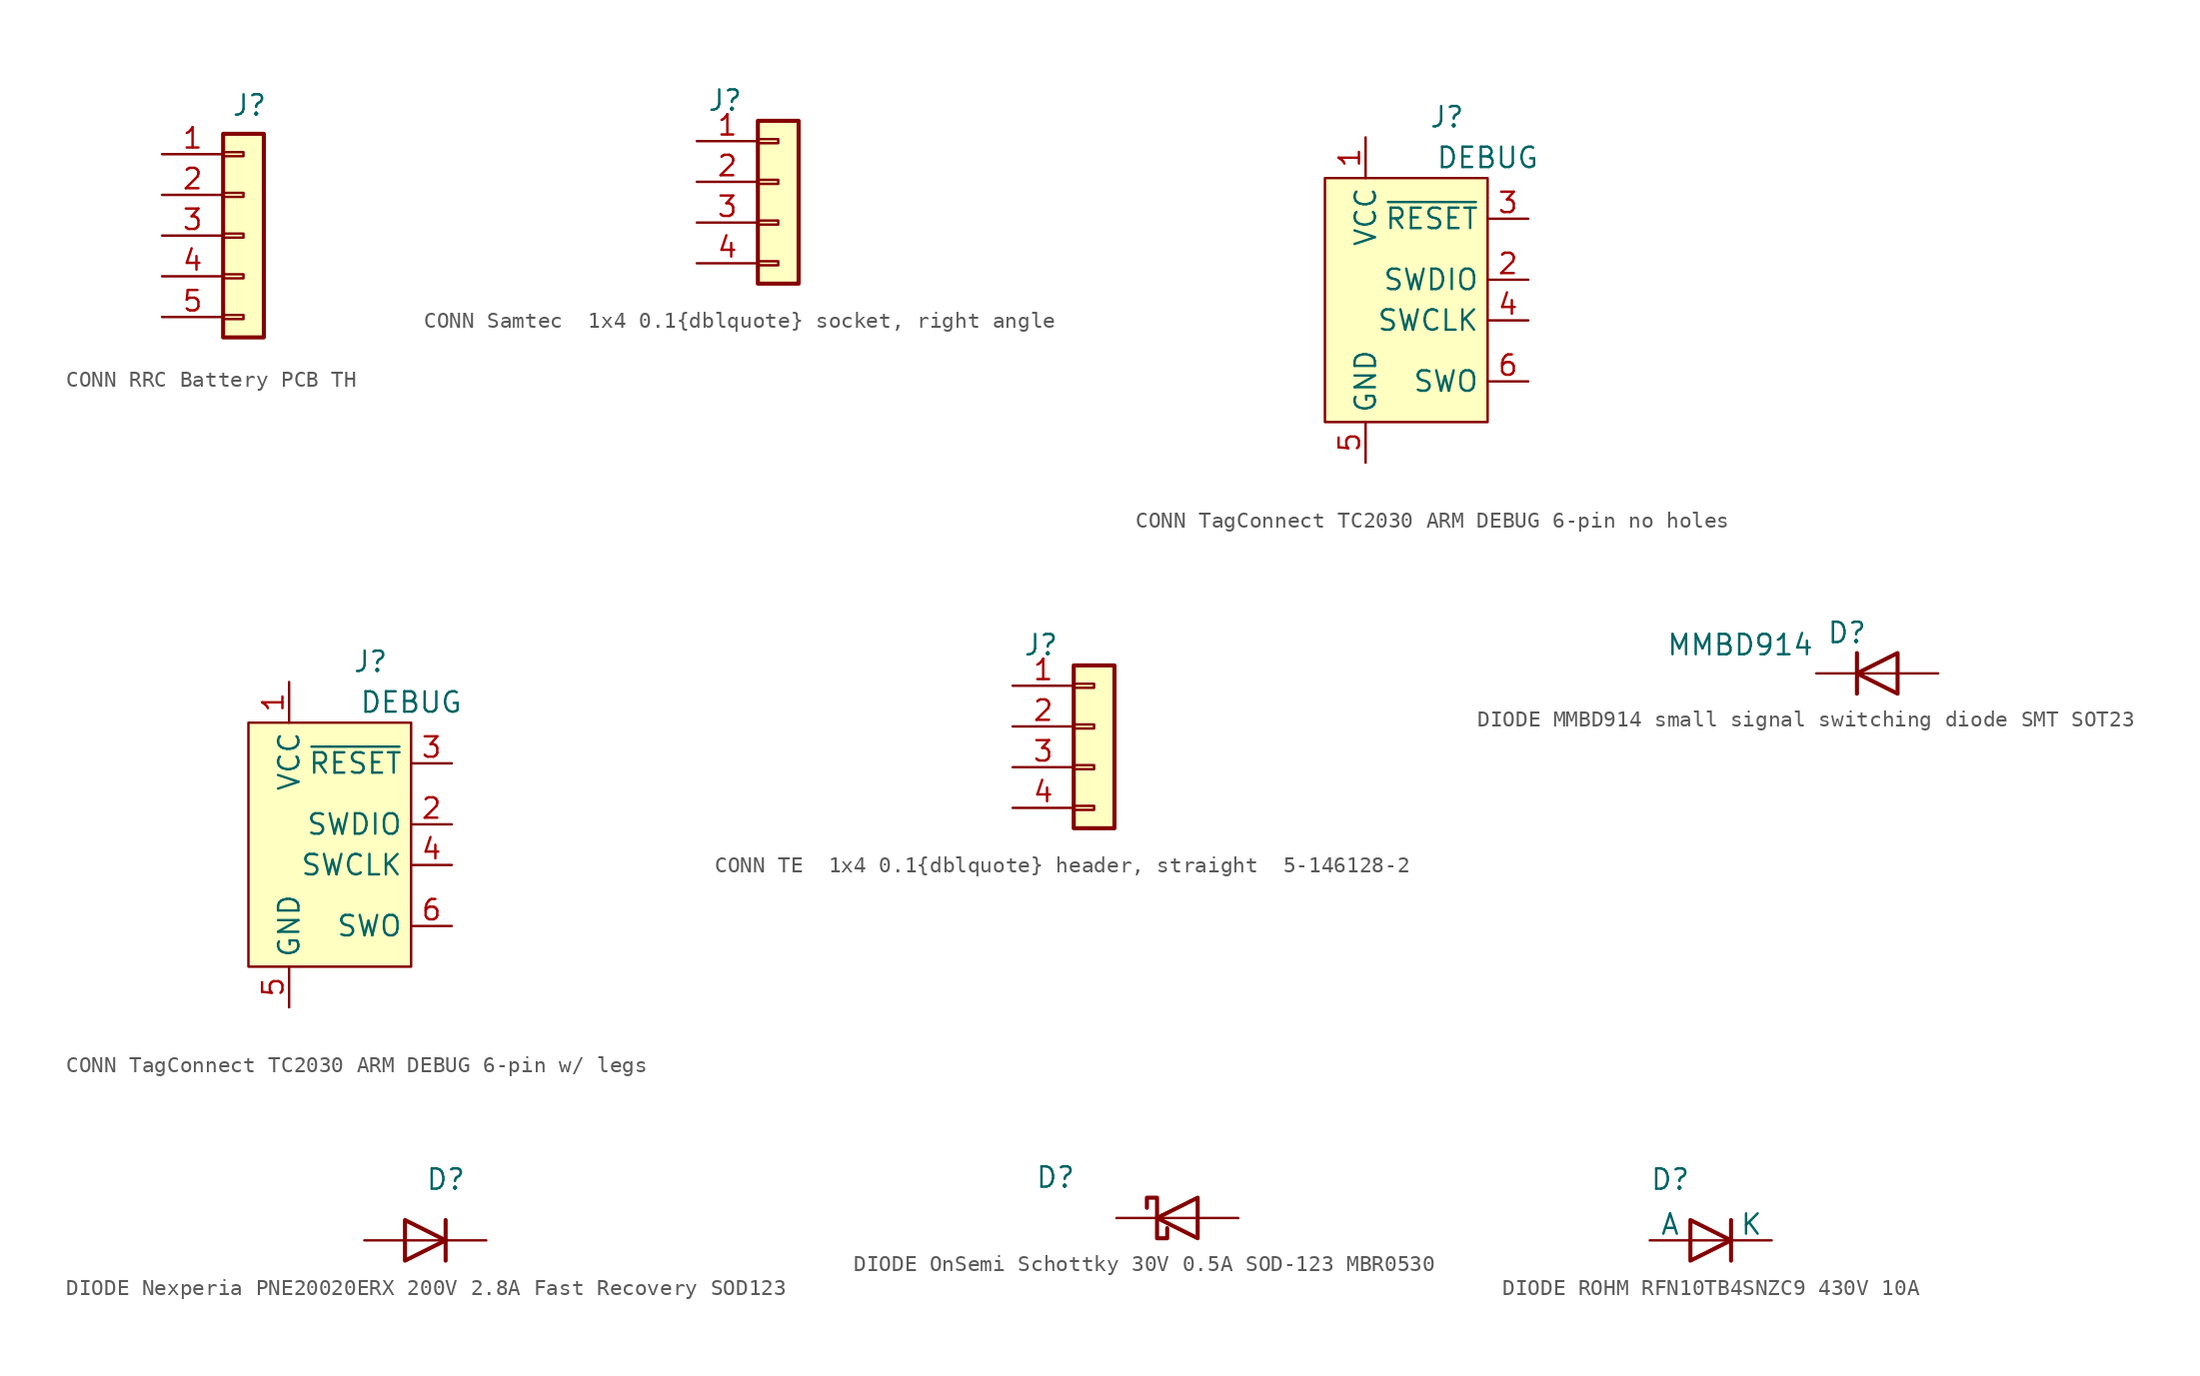
<source format=kicad_sym>
(kicad_symbol_lib
  (version 20241209)
  (generator "kicad_symbol_editor")
  (generator_version "9.0")
  (symbol "CONN RRC Battery PCB TH"
    (pin_names
      (offset 0)
      (hide yes))
    (property "Reference" "J"
      (at 4.318 3.048 0)
      (effects (font (size 1.27 1.27)) (justify left)))
    (symbol "CONN RRC Battery PCB TH_1_1"
      (rectangle (start 3.81 1.27) (end 6.35 -11.43) (stroke (width 0.254) (type default)) (fill (type background)))
      (rectangle (start 3.81 0.127) (end 5.08 -0.127) (stroke (width 0.152) (type default)) (fill (type none)))
      (rectangle (start 3.81 -2.413) (end 5.08 -2.667) (stroke (width 0.152) (type default)) (fill (type none)))
      (rectangle (start 3.81 -4.953) (end 5.08 -5.207) (stroke (width 0.152) (type default)) (fill (type none)))
      (rectangle (start 3.81 -7.493) (end 5.08 -7.747) (stroke (width 0.152) (type default)) (fill (type none)))
      (rectangle (start 3.81 -10.033) (end 5.08 -10.287) (stroke (width 0.152) (type default)) (fill (type none)))
      (pin passive line (at 0 0 0) (length 3.81) (name "Pin_1" (effects (font (size 1.27 1.27)))) (number "1" (effects (font (size 1.27 1.27)))))
      (pin passive line (at 0 -2.54 0) (length 3.81) (name "Pin_2" (effects (font (size 1.27 1.27)))) (number "2" (effects (font (size 1.27 1.27)))))
      (pin passive line (at 0 -5.08 0) (length 3.81) (name "Pin_3" (effects (font (size 1.27 1.27)))) (number "3" (effects (font (size 1.27 1.27)))))
      (pin passive line (at 0 -7.62 0) (length 3.81) (name "Pin_4" (effects (font (size 1.27 1.27)))) (number "4" (effects (font (size 1.27 1.27)))))
      (pin passive line (at 0 -10.16 0) (length 3.81) (name "Pin_5" (effects (font (size 1.27 1.27)))) (number "5" (effects (font (size 1.27 1.27)))))))
  (symbol "CONN Samtec  1x4 0.1{dblquote} socket, right angle "
    (pin_names
      (offset 0)
      (hide yes))
    (property "Reference" "J"
      (at 0.635 2.54 0)
      (effects (font (size 1.27 1.27)) (justify left)))
    (symbol "CONN Samtec  1x4 0.1{dblquote} socket, right angle _1_1"
      (rectangle (start 3.81 1.27) (end 6.35 -8.89) (stroke (width 0.254) (type default)) (fill (type background)))
      (rectangle (start 3.81 0.127) (end 5.08 -0.127) (stroke (width 0.152) (type default)) (fill (type none)))
      (rectangle (start 3.81 -2.413) (end 5.08 -2.667) (stroke (width 0.152) (type default)) (fill (type none)))
      (rectangle (start 3.81 -4.953) (end 5.08 -5.207) (stroke (width 0.152) (type default)) (fill (type none)))
      (rectangle (start 3.81 -7.493) (end 5.08 -7.747) (stroke (width 0.152) (type default)) (fill (type none)))
      (pin passive line (at 0 0 0) (length 3.81) (name "Pin_1" (effects (font (size 1.27 1.27)))) (number "1" (effects (font (size 1.27 1.27)))))
      (pin passive line (at 0 -2.54 0) (length 3.81) (name "Pin_2" (effects (font (size 1.27 1.27)))) (number "2" (effects (font (size 1.27 1.27)))))
      (pin passive line (at 0 -5.08 0) (length 3.81) (name "Pin_3" (effects (font (size 1.27 1.27)))) (number "3" (effects (font (size 1.27 1.27)))))
      (pin passive line (at 0 -7.62 0) (length 3.81) (name "Pin_4" (effects (font (size 1.27 1.27)))) (number "4" (effects (font (size 1.27 1.27)))))))
  (symbol "CONN TagConnect TC2030 ARM DEBUG 6-pin no holes"
    (property "Reference" "J"
      (at 2.54 11.43 0)
      (effects (font (size 1.27 1.27))))
    (property "Value" "DEBUG"
      (at 5.08 8.89 0)
      (effects (font (size 1.27 1.27))))
    (symbol "CONN TagConnect TC2030 ARM DEBUG 6-pin no holes_0_0"
      (pin power_in line (at -2.54 10.16 270) (length 2.54) (name "VCC" (effects (font (size 1.27 1.27)))) (number "1" (effects (font (size 1.27 1.27)))))
      (pin power_in line (at -2.54 -10.16 90) (length 2.54) (name "GND" (effects (font (size 1.27 1.27)))) (number "5" (effects (font (size 1.27 1.27)))))
      (pin bidirectional line (at 7.62 1.27 180) (length 2.54) (name "SWDIO" (effects (font (size 1.27 1.27)))) (number "2" (effects (font (size 1.27 1.27)))) (alternate "TMS" bidirectional line))
      (pin input line (at 7.62 -5.08 180) (length 2.54) (name "SWO" (effects (font (size 1.27 1.27)))) (number "6" (effects (font (size 1.27 1.27)))) (alternate "TDO" input line)))
    (symbol "CONN TagConnect TC2030 ARM DEBUG 6-pin no holes_0_1"
      (rectangle (start -5.08 7.62) (end 5.08 -7.62) (stroke (width 0) (type default)) (fill (type background))))
    (symbol "CONN TagConnect TC2030 ARM DEBUG 6-pin no holes_1_0"
      (pin passive line (at 7.62 5.08 180) (length 2.54) (name "~{RESET}" (effects (font (size 1.27 1.27)))) (number "3" (effects (font (size 1.27 1.27)))))
      (pin passive line (at 7.62 -1.27 180) (length 2.54) (name "SWCLK" (effects (font (size 1.27 1.27)))) (number "4" (effects (font (size 1.27 1.27)))) (alternate "TCK" output line))))
  (symbol "CONN TagConnect TC2030 ARM DEBUG 6-pin w/ legs"
    (property "Reference" "J"
      (at 2.54 11.43 0)
      (effects (font (size 1.27 1.27))))
    (property "Value" "DEBUG"
      (at 5.08 8.89 0)
      (effects (font (size 1.27 1.27))))
    (symbol "CONN TagConnect TC2030 ARM DEBUG 6-pin w/ legs_0_0"
      (pin power_in line (at -2.54 10.16 270) (length 2.54) (name "VCC" (effects (font (size 1.27 1.27)))) (number "1" (effects (font (size 1.27 1.27)))))
      (pin power_in line (at -2.54 -10.16 90) (length 2.54) (name "GND" (effects (font (size 1.27 1.27)))) (number "5" (effects (font (size 1.27 1.27)))))
      (pin bidirectional line (at 7.62 1.27 180) (length 2.54) (name "SWDIO" (effects (font (size 1.27 1.27)))) (number "2" (effects (font (size 1.27 1.27)))) (alternate "TMS" bidirectional line))
      (pin output line (at 7.62 -1.27 180) (length 2.54) (name "SWCLK" (effects (font (size 1.27 1.27)))) (number "4" (effects (font (size 1.27 1.27)))) (alternate "TCK" output line))
      (pin input line (at 7.62 -5.08 180) (length 2.54) (name "SWO" (effects (font (size 1.27 1.27)))) (number "6" (effects (font (size 1.27 1.27)))) (alternate "TDO" input line)))
    (symbol "CONN TagConnect TC2030 ARM DEBUG 6-pin w/ legs_0_1"
      (rectangle (start -5.08 7.62) (end 5.08 -7.62) (stroke (width 0) (type default)) (fill (type background))))
    (symbol "CONN TagConnect TC2030 ARM DEBUG 6-pin w/ legs_1_0"
      (pin output line (at 7.62 5.08 180) (length 2.54) (name "~{RESET}" (effects (font (size 1.27 1.27)))) (number "3" (effects (font (size 1.27 1.27)))))))
  (symbol "CONN TE  1x4 0.1{dblquote} header, straight  5-146128-2"
    (pin_names
      (offset 0)
      (hide yes))
    (property "Reference" "J"
      (at 0.635 2.54 0)
      (effects (font (size 1.27 1.27)) (justify left)))
    (symbol "CONN TE  1x4 0.1{dblquote} header, straight  5-146128-2_1_1"
      (rectangle (start 3.81 1.27) (end 6.35 -8.89) (stroke (width 0.254) (type default)) (fill (type background)))
      (rectangle (start 3.81 0.127) (end 5.08 -0.127) (stroke (width 0.152) (type default)) (fill (type none)))
      (rectangle (start 3.81 -2.413) (end 5.08 -2.667) (stroke (width 0.152) (type default)) (fill (type none)))
      (rectangle (start 3.81 -4.953) (end 5.08 -5.207) (stroke (width 0.152) (type default)) (fill (type none)))
      (rectangle (start 3.81 -7.493) (end 5.08 -7.747) (stroke (width 0.152) (type default)) (fill (type none)))
      (pin passive line (at 0 0 0) (length 3.81) (name "Pin_1" (effects (font (size 1.27 1.27)))) (number "1" (effects (font (size 1.27 1.27)))))
      (pin passive line (at 0 -2.54 0) (length 3.81) (name "Pin_2" (effects (font (size 1.27 1.27)))) (number "2" (effects (font (size 1.27 1.27)))))
      (pin passive line (at 0 -5.08 0) (length 3.81) (name "Pin_3" (effects (font (size 1.27 1.27)))) (number "3" (effects (font (size 1.27 1.27)))))
      (pin passive line (at 0 -7.62 0) (length 3.81) (name "Pin_4" (effects (font (size 1.27 1.27)))) (number "4" (effects (font (size 1.27 1.27)))))))
  (symbol "DIODE MMBD914 small signal switching diode SMT SOT23"
    (pin_numbers
      (hide yes))
    (pin_names
      (offset 0)
      (hide yes))
    (property "Reference" "D"
      (at 0.635 2.54 0)
      (effects (font (size 1.27 1.27)) (justify left)))
    (property "Value" "MMBD914"
      (at -9.398 1.778 0)
      (effects (font (size 1.27 1.27)) (justify left)))
    (symbol "DIODE MMBD914 small signal switching diode SMT SOT23_0_1"
      (polyline (pts (xy 2.54 1.27) (xy 2.54 -1.27)) (stroke (width 0.254) (type default)) (fill (type none)))
      (polyline (pts (xy 5.08 1.27) (xy 5.08 -1.27) (xy 2.54 0) (xy 5.08 1.27)) (stroke (width 0.254) (type default)) (fill (type none)))
      (polyline (pts (xy 5.08 0) (xy 2.54 0)) (stroke (width 0) (type default)) (fill (type none))))
    (symbol "DIODE MMBD914 small signal switching diode SMT SOT23_1_1"
      (pin passive line (at 0 0 0) (length 2.54) (name "K" (effects (font (size 1.27 1.27)))) (number "3" (effects (font (size 1.27 1.27)))))
      (pin passive line (at 7.62 0 180) (length 2.54) (name "A" (effects (font (size 1.27 1.27)))) (number "1" (effects (font (size 1.27 1.27)))))))
  (symbol "DIODE Nexperia PNE20020ERX 200V 2.8A Fast Recovery SOD123"
    (pin_numbers
      (hide yes))
    (pin_names
      (offset 0)
      (hide yes))
    (property "Reference" "D"
      (at -3.81 3.81 0)
      (effects (font (size 1.27 1.27)) (justify left)))
    (symbol "DIODE Nexperia PNE20020ERX 200V 2.8A Fast Recovery SOD123_0_1"
      (polyline (pts (xy -5.08 0) (xy -2.54 0)) (stroke (width 0) (type default)) (fill (type none)))
      (polyline (pts (xy -5.08 -1.27) (xy -5.08 1.27) (xy -2.54 0) (xy -5.08 -1.27)) (stroke (width 0.254) (type default)) (fill (type none)))
      (polyline (pts (xy -2.54 -1.27) (xy -2.54 1.27)) (stroke (width 0.254) (type default)) (fill (type none))))
    (symbol "DIODE Nexperia PNE20020ERX 200V 2.8A Fast Recovery SOD123_1_1"
      (pin passive line (at -7.62 0 0) (length 2.54) (name "A" (effects (font (size 1.27 1.27)))) (number "2" (effects (font (size 1.27 1.27)))))
      (pin passive line (at 0 0 180) (length 2.54) (name "K" (effects (font (size 1.27 1.27)))) (number "1" (effects (font (size 1.27 1.27)))))))
  (symbol "DIODE OnSemi Schottky 30V 0.5A SOD-123 MBR0530"
    (pin_numbers
      (hide yes))
    (pin_names
      (offset 1.016)
      (hide yes))
    (property "Reference" "D"
      (at -7.62 2.54 0)
      (effects (font (size 1.27 1.27))))
    (symbol "DIODE OnSemi Schottky 30V 0.5A SOD-123 MBR0530_0_1"
      (polyline (pts (xy -1.905 0.635) (xy -1.905 1.27) (xy -1.27 1.27) (xy -1.27 -1.27) (xy -0.635 -1.27) (xy -0.635 -0.635)) (stroke (width 0.254) (type default)) (fill (type none)))
      (polyline (pts (xy 1.27 1.27) (xy 1.27 -1.27) (xy -1.27 0) (xy 1.27 1.27)) (stroke (width 0.254) (type default)) (fill (type none)))
      (polyline (pts (xy 1.27 0) (xy -1.27 0)) (stroke (width 0) (type default)) (fill (type none))))
    (symbol "DIODE OnSemi Schottky 30V 0.5A SOD-123 MBR0530_1_1"
      (pin passive line (at -3.81 0 0) (length 2.54) (name "K" (effects (font (size 1.27 1.27)))) (number "1" (effects (font (size 1.27 1.27)))))
      (pin passive line (at 3.81 0 180) (length 2.54) (name "A" (effects (font (size 1.27 1.27)))) (number "2" (effects (font (size 1.27 1.27)))))))
  (symbol "DIODE ROHM RFN10TB4SNZC9 430V 10A"
    (pin_numbers
      (hide yes))
    (pin_names
      (offset 0))
    (property "Reference" "D"
      (at -3.81 3.81 0)
      (effects (font (size 1.27 1.27)) (justify left)))
    (symbol "DIODE ROHM RFN10TB4SNZC9 430V 10A_0_1"
      (polyline (pts (xy -1.27 0) (xy 1.27 0)) (stroke (width 0) (type default)) (fill (type none)))
      (polyline (pts (xy -1.27 -1.27) (xy -1.27 1.27) (xy 1.27 0) (xy -1.27 -1.27)) (stroke (width 0.254) (type default)) (fill (type none)))
      (polyline (pts (xy 1.27 -1.27) (xy 1.27 1.27)) (stroke (width 0.254) (type default)) (fill (type none))))
    (symbol "DIODE ROHM RFN10TB4SNZC9 430V 10A_1_1"
      (pin passive line (at -3.81 0 0) (length 2.54) (name "A" (effects (font (size 1.27 1.27)))) (number "2" (effects (font (size 1.27 1.27)))))
      (pin passive line (at 3.81 0 180) (length 2.54) (name "K" (effects (font (size 1.27 1.27)))) (number "1" (effects (font (size 1.27 1.27))))))))
</source>
